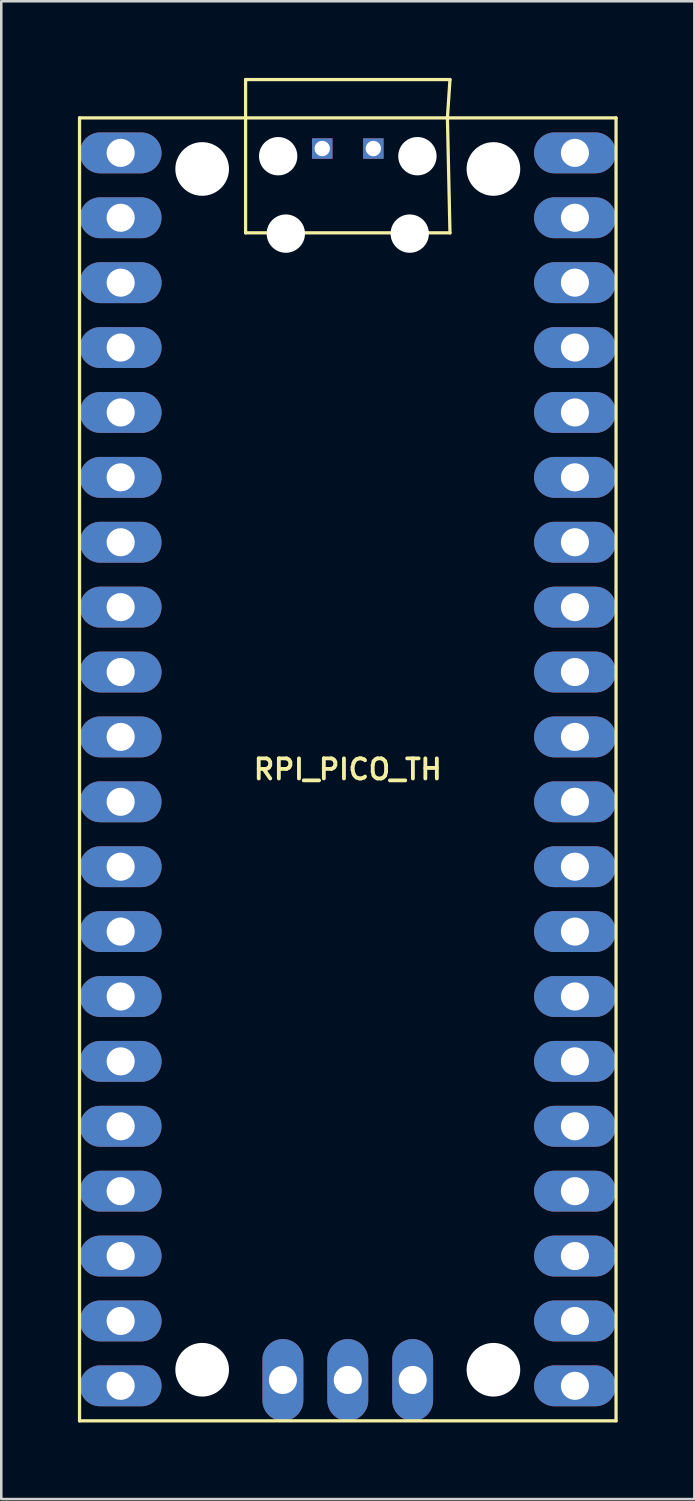
<source format=kicad_pcb>
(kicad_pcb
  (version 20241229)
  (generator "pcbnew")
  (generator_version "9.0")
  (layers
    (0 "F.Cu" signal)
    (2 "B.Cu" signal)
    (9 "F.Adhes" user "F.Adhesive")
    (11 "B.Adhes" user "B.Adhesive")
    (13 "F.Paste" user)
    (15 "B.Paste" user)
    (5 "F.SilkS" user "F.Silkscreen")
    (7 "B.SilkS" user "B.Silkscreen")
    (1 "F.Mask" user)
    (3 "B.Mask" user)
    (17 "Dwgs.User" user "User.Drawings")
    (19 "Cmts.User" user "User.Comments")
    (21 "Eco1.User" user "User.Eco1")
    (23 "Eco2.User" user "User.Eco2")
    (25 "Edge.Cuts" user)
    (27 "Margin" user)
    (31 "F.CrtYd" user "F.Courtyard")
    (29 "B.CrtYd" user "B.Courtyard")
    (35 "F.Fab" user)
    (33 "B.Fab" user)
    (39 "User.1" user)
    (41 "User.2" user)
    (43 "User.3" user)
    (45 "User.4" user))
  (footprint "RPI_PICO_TH"
    (layer "F.Cu")
    (at 10.563 27.064)
    (property "Reference" "RPI_PICO_TH" (at 0 0 0) (layer "F.SilkS") (effects (font (size 0.787 0.787) (thickness 0.15))))
    (attr through_hole)
    (fp_line (start -10.5 -25.5) (end -4 -25.5) (stroke (width 0.127) (type solid)) (layer "F.SilkS"))
    (fp_line (start -10.5 25.5) (end -10.5 -25.5) (stroke (width 0.127) (type solid)) (layer "F.SilkS"))
    (fp_line (start -4 -27) (end 4 -27) (stroke (width 0.127) (type solid)) (layer "F.SilkS"))
    (fp_line (start -4 -25.5) (end -4 -27) (stroke (width 0.127) (type solid)) (layer "F.SilkS"))
    (fp_line (start -4 -25.5) (end -4 -21) (stroke (width 0.127) (type solid)) (layer "F.SilkS"))
    (fp_line (start -4 -25.5) (end 3.9 -25.5) (stroke (width 0.127) (type solid)) (layer "F.SilkS"))
    (fp_line (start -4 -21) (end 4 -21) (stroke (width 0.127) (type solid)) (layer "F.SilkS"))
    (fp_line (start 3.9 -25.5) (end 10.5 -25.5) (stroke (width 0.127) (type solid)) (layer "F.SilkS"))
    (fp_line (start 4 -27) (end 3.9 -25.5) (stroke (width 0.127) (type solid)) (layer "F.SilkS"))
    (fp_line (start 4 -21) (end 3.9 -25.5) (stroke (width 0.127) (type solid)) (layer "F.SilkS"))
    (fp_line (start 10.5 -25.5) (end 10.5 25.5) (stroke (width 0.127) (type solid)) (layer "F.SilkS"))
    (fp_line (start 10.5 25.5) (end -10.5 25.5) (stroke (width 0.127) (type solid)) (layer "F.SilkS"))
    (pad "" np_thru_hole circle (at -5.7 -23.5) (size 2.1 2.1) (drill 2.1) (layers "*.Cu" "*.Mask"))
    (pad "" np_thru_hole circle (at -5.7 23.5) (size 2.1 2.1) (drill 2.1) (layers "*.Cu" "*.Mask"))
    (pad "" np_thru_hole circle (at -2.725 -24) (size 1.5 1.5) (drill 1.5) (layers "*.Cu" "*.Mask"))
    (pad "" np_thru_hole circle (at -2.425 -20.97) (size 1.5 1.5) (drill 1.5) (layers "*.Cu" "*.Mask"))
    (pad "" np_thru_hole circle (at 2.425 -20.97) (size 1.5 1.5) (drill 1.5) (layers "*.Cu" "*.Mask"))
    (pad "" np_thru_hole circle (at 2.725 -24) (size 1.5 1.5) (drill 1.5) (layers "*.Cu" "*.Mask"))
    (pad "" np_thru_hole circle (at 5.7 -23.5) (size 2.1 2.1) (drill 2.1) (layers "*.Cu" "*.Mask"))
    (pad "" np_thru_hole circle (at 5.7 23.5) (size 2.1 2.1) (drill 2.1) (layers "*.Cu" "*.Mask"))
    (pad "3V3" thru_hole oval (at 8.89 -13.97) (size 3.2 1.6) (drill 1.1) (layers "*.Cu" "*.Mask"))
    (pad "3V3_EN" thru_hole oval (at 8.89 -16.51) (size 3.2 1.6) (drill 1.1) (layers "*.Cu" "*.Mask"))
    (pad "ADC_VREF" thru_hole oval (at 8.89 -11.43) (size 3.2 1.6) (drill 1.1) (layers "*.Cu" "*.Mask"))
    (pad "AGND" thru_hole oval (at 8.89 -6.35) (size 3.2 1.6) (drill 1.1) (layers "*.Cu" "*.Mask"))
    (pad "GND@1" thru_hole oval (at -8.89 -19.05) (size 3.2 1.6) (drill 1.1) (layers "*.Cu" "*.Mask"))
    (pad "GND@2" thru_hole oval (at -8.89 -6.35) (size 3.2 1.6) (drill 1.1) (layers "*.Cu" "*.Mask"))
    (pad "GND@3" thru_hole oval (at -8.89 6.35) (size 3.2 1.6) (drill 1.1) (layers "*.Cu" "*.Mask"))
    (pad "GND@4" thru_hole oval (at -8.89 19.05) (size 3.2 1.6) (drill 1.1) (layers "*.Cu" "*.Mask"))
    (pad "GND@5" thru_hole oval (at 0 23.9) (size 1.6 3.2) (drill 1.1) (layers "*.Cu" "*.Mask"))
    (pad "GND@6" thru_hole oval (at 8.89 19.05) (size 3.2 1.6) (drill 1.1) (layers "*.Cu" "*.Mask"))
    (pad "GND@7" thru_hole oval (at 8.89 6.35) (size 3.2 1.6) (drill 1.1) (layers "*.Cu" "*.Mask"))
    (pad "GND@8" thru_hole oval (at 8.89 -19.05) (size 3.2 1.6) (drill 1.1) (layers "*.Cu" "*.Mask"))
    (pad "GP0" thru_hole oval (at -8.89 -24.13) (size 3.2 1.6) (drill 1.1) (layers "*.Cu" "*.Mask"))
    (pad "GP1" thru_hole oval (at -8.89 -21.59) (size 3.2 1.6) (drill 1.1) (layers "*.Cu" "*.Mask"))
    (pad "GP2" thru_hole oval (at -8.89 -16.51) (size 3.2 1.6) (drill 1.1) (layers "*.Cu" "*.Mask"))
    (pad "GP3" thru_hole oval (at -8.89 -13.97) (size 3.2 1.6) (drill 1.1) (layers "*.Cu" "*.Mask"))
    (pad "GP4" thru_hole oval (at -8.89 -11.43) (size 3.2 1.6) (drill 1.1) (layers "*.Cu" "*.Mask"))
    (pad "GP5" thru_hole oval (at -8.89 -8.89) (size 3.2 1.6) (drill 1.1) (layers "*.Cu" "*.Mask"))
    (pad "GP6" thru_hole oval (at -8.89 -3.81) (size 3.2 1.6) (drill 1.1) (layers "*.Cu" "*.Mask"))
    (pad "GP7" thru_hole oval (at -8.89 -1.27) (size 3.2 1.6) (drill 1.1) (layers "*.Cu" "*.Mask"))
    (pad "GP8" thru_hole oval (at -8.89 1.27) (size 3.2 1.6) (drill 1.1) (layers "*.Cu" "*.Mask"))
    (pad "GP9" thru_hole oval (at -8.89 3.81) (size 3.2 1.6) (drill 1.1) (layers "*.Cu" "*.Mask"))
    (pad "GP10" thru_hole oval (at -8.89 8.89) (size 3.2 1.6) (drill 1.1) (layers "*.Cu" "*.Mask"))
    (pad "GP11" thru_hole oval (at -8.89 11.43) (size 3.2 1.6) (drill 1.1) (layers "*.Cu" "*.Mask"))
    (pad "GP12" thru_hole oval (at -8.89 13.97) (size 3.2 1.6) (drill 1.1) (layers "*.Cu" "*.Mask"))
    (pad "GP13" thru_hole oval (at -8.89 16.51) (size 3.2 1.6) (drill 1.1) (layers "*.Cu" "*.Mask"))
    (pad "GP14" thru_hole oval (at -8.89 21.59) (size 3.2 1.6) (drill 1.1) (layers "*.Cu" "*.Mask"))
    (pad "GP15" thru_hole oval (at -8.89 24.13) (size 3.2 1.6) (drill 1.1) (layers "*.Cu" "*.Mask"))
    (pad "GP16" thru_hole oval (at 8.89 24.13) (size 3.2 1.6) (drill 1.1) (layers "*.Cu" "*.Mask"))
    (pad "GP17" thru_hole oval (at 8.89 21.59) (size 3.2 1.6) (drill 1.1) (layers "*.Cu" "*.Mask"))
    (pad "GP18" thru_hole oval (at 8.89 16.51) (size 3.2 1.6) (drill 1.1) (layers "*.Cu" "*.Mask"))
    (pad "GP19" thru_hole oval (at 8.89 13.97) (size 3.2 1.6) (drill 1.1) (layers "*.Cu" "*.Mask"))
    (pad "GP20" thru_hole oval (at 8.89 11.43) (size 3.2 1.6) (drill 1.1) (layers "*.Cu" "*.Mask"))
    (pad "GP21" thru_hole oval (at 8.89 8.89) (size 3.2 1.6) (drill 1.1) (layers "*.Cu" "*.Mask"))
    (pad "GP22" thru_hole oval (at 8.89 3.81) (size 3.2 1.6) (drill 1.1) (layers "*.Cu" "*.Mask"))
    (pad "GP26_A0" thru_hole oval (at 8.89 -1.27) (size 3.2 1.6) (drill 1.1) (layers "*.Cu" "*.Mask"))
    (pad "GP27_A1" thru_hole oval (at 8.89 -3.81) (size 3.2 1.6) (drill 1.1) (layers "*.Cu" "*.Mask"))
    (pad "GP28_A2" thru_hole oval (at 8.89 -8.89) (size 3.2 1.6) (drill 1.1) (layers "*.Cu" "*.Mask"))
    (pad "RUN" thru_hole oval (at 8.89 1.27) (size 3.2 1.6) (drill 1.1) (layers "*.Cu" "*.Mask"))
    (pad "SWCLK" thru_hole oval (at -2.54 23.9) (size 1.6 3.2) (drill 1.1) (layers "*.Cu" "*.Mask"))
    (pad "SWDIO" thru_hole oval (at 2.54 23.9) (size 1.6 3.2) (drill 1.1) (layers "*.Cu" "*.Mask"))
    (pad "TP2" thru_hole rect (at 1 -24.3) (size 0.8 0.8) (drill 0.6) (layers "*.Cu" "*.Mask"))
    (pad "TP3" thru_hole rect (at -1 -24.3) (size 0.8 0.8) (drill 0.6) (layers "*.Cu" "*.Mask"))
    (pad "VBUS" thru_hole oval (at 8.89 -24.13) (size 3.2 1.6) (drill 1.1) (layers "*.Cu" "*.Mask"))
    (pad "VSYS" thru_hole oval (at 8.89 -21.59) (size 3.2 1.6) (drill 1.1) (layers "*.Cu" "*.Mask")))
  (gr_rect
    (start -3 -3)
    (end 24.127 55.627)
    (stroke (width 0.1) (type default))
    (fill no)
    (layer "Edge.Cuts")))
</source>
